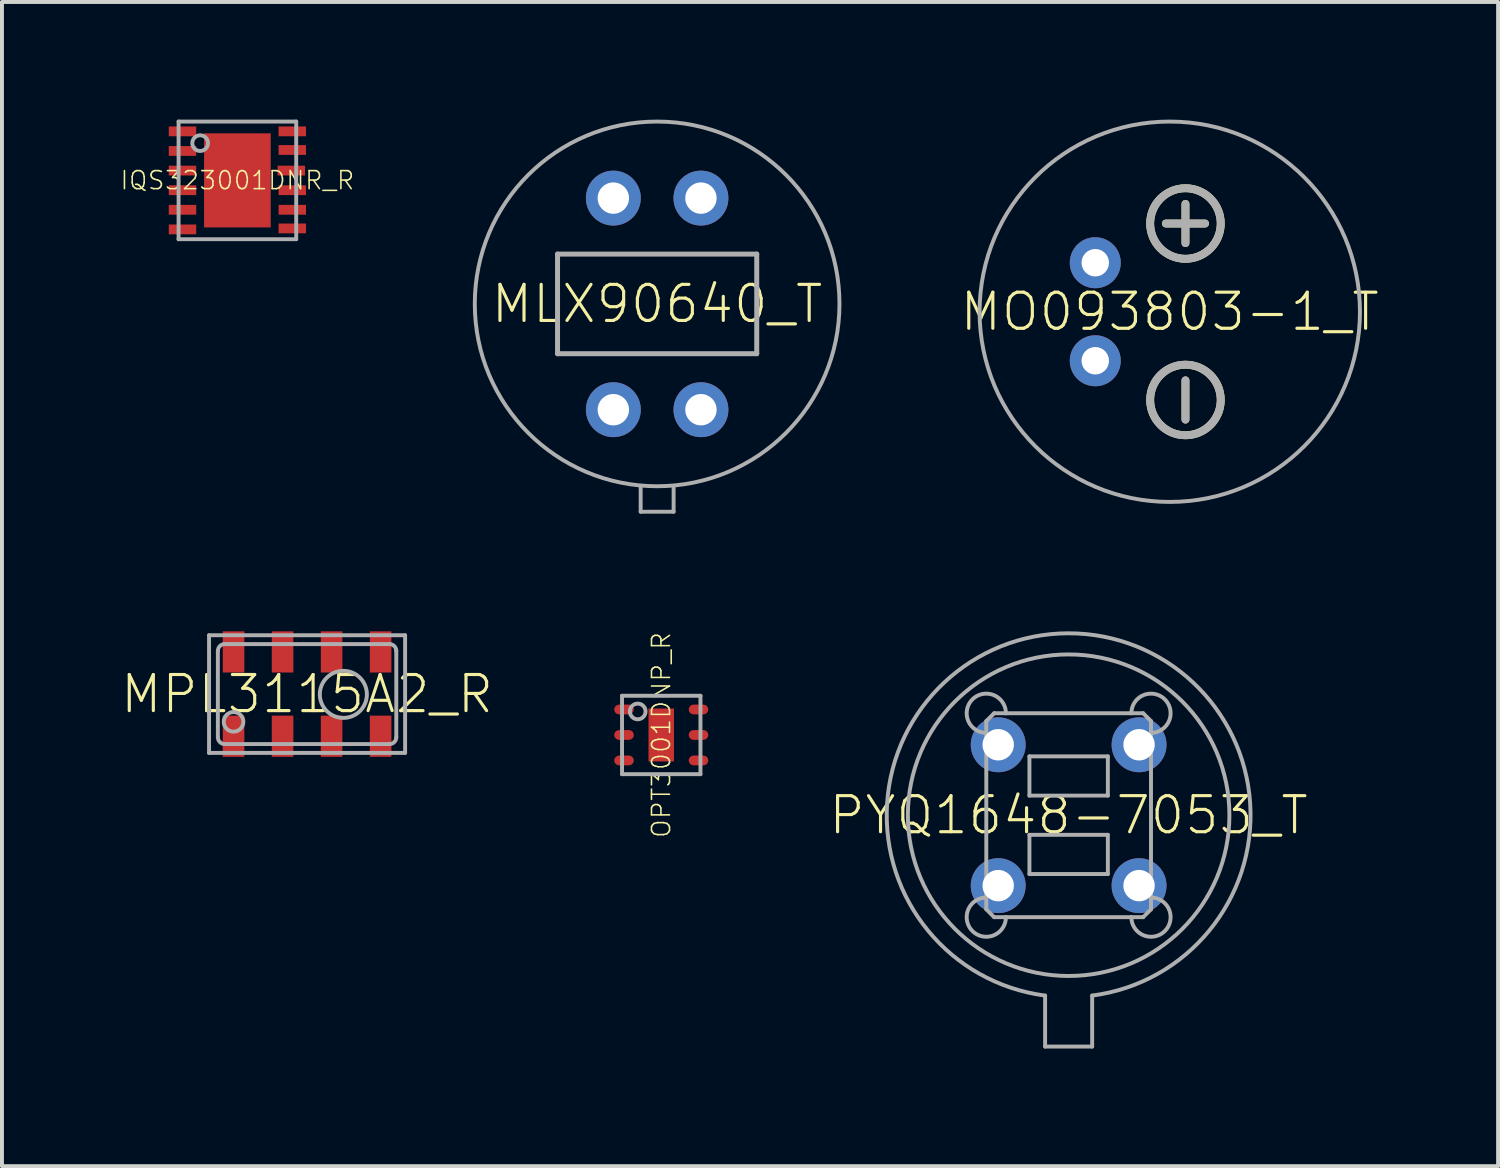
<source format=kicad_pcb>
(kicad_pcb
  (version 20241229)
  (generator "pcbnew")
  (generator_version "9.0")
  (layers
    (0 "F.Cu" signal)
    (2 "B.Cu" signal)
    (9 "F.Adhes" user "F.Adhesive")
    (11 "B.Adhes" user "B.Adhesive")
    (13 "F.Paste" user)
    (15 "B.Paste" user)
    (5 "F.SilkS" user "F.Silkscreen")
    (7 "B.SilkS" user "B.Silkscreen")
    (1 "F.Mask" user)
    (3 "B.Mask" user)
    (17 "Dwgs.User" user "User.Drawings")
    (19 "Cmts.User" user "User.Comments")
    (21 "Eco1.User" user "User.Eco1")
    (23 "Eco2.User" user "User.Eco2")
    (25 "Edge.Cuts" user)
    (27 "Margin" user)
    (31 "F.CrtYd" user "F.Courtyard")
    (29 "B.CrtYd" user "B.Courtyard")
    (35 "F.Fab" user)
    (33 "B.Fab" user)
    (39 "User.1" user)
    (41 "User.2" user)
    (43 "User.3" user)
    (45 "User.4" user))
  (footprint "MO093803-1_T"
    (layer "F.Cu")
    (at 26.781 4.9)
    (property "Reference" "MO093803-1_T" (at 0 0 0) (unlocked yes) (layer "F.SilkS") (effects (font (size 0.92 0.92) (thickness 0.08))))
    (fp_line (start -0.1 -2.25) (end 0.9 -2.25) (stroke (width 0.2) (type solid)) (layer "F.SilkS"))
    (fp_line (start 0.4 -1.75) (end 0.4 -2.75) (stroke (width 0.2) (type solid)) (layer "F.SilkS"))
    (fp_line (start 0.4 2.75) (end 0.4 1.75) (stroke (width 0.2) (type solid)) (layer "F.SilkS"))
    (fp_circle (center 0.4 -2.25) (end 1.3 -2.25) (stroke (width 0.2) (type solid)) (fill no) (layer "F.SilkS"))
    (fp_circle (center 0.4 2.25) (end 1.3 2.25) (stroke (width 0.2) (type solid)) (fill no) (layer "F.SilkS"))
    (fp_line (start -0.1 -2.25) (end 0.9 -2.25) (stroke (width 0.2) (type solid)) (layer "F.Fab"))
    (fp_line (start 0.4 -1.75) (end 0.4 -2.75) (stroke (width 0.2) (type solid)) (layer "F.Fab"))
    (fp_line (start 0.4 2.75) (end 0.4 1.75) (stroke (width 0.2) (type solid)) (layer "F.Fab"))
    (fp_circle (center 0 0) (end 4.85 0) (stroke (width 0.1) (type solid)) (fill no) (layer "F.Fab"))
    (fp_circle (center 0.4 -2.25) (end 1.3 -2.25) (stroke (width 0.2) (type solid)) (fill no) (layer "F.Fab"))
    (fp_circle (center 0.4 2.25) (end 1.3 2.25) (stroke (width 0.2) (type solid)) (fill no) (layer "F.Fab"))
    (pad "M" thru_hole circle (at -1.9 1.25) (size 1.3 1.3) (drill 0.7) (layers "*.Cu" "*.Mask"))
    (pad "P" thru_hole circle (at -1.9 -1.25) (size 1.3 1.3) (drill 0.7) (layers "*.Cu" "*.Mask")))
  (footprint "IQS323001DNR_R"
    (layer "F.Cu")
    (at 3.004 1.55)
    (property "Reference" "IQS323001DNR_R" (at 0 0 0) (unlocked yes) (layer "F.SilkS") (effects (font (size 0.46 0.46) (thickness 0.04))))
    (fp_poly (pts (xy -1.8 -1.075) (xy -1 -1.075) (xy -1 -1.425) (xy -1.8 -1.425)) (stroke (width 0) (type default)) (fill yes) (layer "F.Mask"))
    (fp_poly (pts (xy -1.8 -0.575) (xy -1 -0.575) (xy -1 -0.925) (xy -1.8 -0.925)) (stroke (width 0) (type default)) (fill yes) (layer "F.Mask"))
    (fp_poly (pts (xy -1.8 -0.075) (xy -1 -0.075) (xy -1 -0.425) (xy -1.8 -0.425)) (stroke (width 0) (type default)) (fill yes) (layer "F.Mask"))
    (fp_poly (pts (xy -1.8 0.425) (xy -1 0.425) (xy -1 0.075) (xy -1.8 0.075)) (stroke (width 0) (type default)) (fill yes) (layer "F.Mask"))
    (fp_poly (pts (xy -1.8 0.925) (xy -1 0.925) (xy -1 0.575) (xy -1.8 0.575)) (stroke (width 0) (type default)) (fill yes) (layer "F.Mask"))
    (fp_poly (pts (xy -1.8 1.425) (xy -1 1.425) (xy -1 1.075) (xy -1.8 1.075)) (stroke (width 0) (type default)) (fill yes) (layer "F.Mask"))
    (fp_poly (pts (xy -0.9 1.25) (xy 0.9 1.25) (xy 0.9 -1.25) (xy -0.9 -1.25)) (stroke (width 0) (type default)) (fill yes) (layer "F.Mask"))
    (fp_poly (pts (xy 0.975 -0.075) (xy 1.775 -0.075) (xy 1.775 -0.425) (xy 0.975 -0.425)) (stroke (width 0) (type default)) (fill yes) (layer "F.Mask"))
    (fp_poly (pts (xy 1 -1.075) (xy 1.8 -1.075) (xy 1.8 -1.425) (xy 1 -1.425)) (stroke (width 0) (type default)) (fill yes) (layer "F.Mask"))
    (fp_poly (pts (xy 1 -0.6) (xy 1.8 -0.6) (xy 1.8 -0.95) (xy 1 -0.95)) (stroke (width 0) (type default)) (fill yes) (layer "F.Mask"))
    (fp_poly (pts (xy 1 0.425) (xy 1.8 0.425) (xy 1.8 0.075) (xy 1 0.075)) (stroke (width 0) (type default)) (fill yes) (layer "F.Mask"))
    (fp_poly (pts (xy 1 0.925) (xy 1.8 0.925) (xy 1.8 0.575) (xy 1 0.575)) (stroke (width 0) (type default)) (fill yes) (layer "F.Mask"))
    (fp_poly (pts (xy 1 1.4) (xy 1.8 1.4) (xy 1.8 1.05) (xy 1 1.05)) (stroke (width 0) (type default)) (fill yes) (layer "F.Mask"))
    (fp_poly (pts (xy -1.05 -1.125) (xy -1.75 -1.125) (xy -1.75 -1.375) (xy -1.05 -1.375)) (stroke (width 0) (type default)) (fill yes) (layer "F.Paste"))
    (fp_poly (pts (xy -1.05 -0.625) (xy -1.75 -0.625) (xy -1.75 -0.875) (xy -1.05 -0.875)) (stroke (width 0) (type default)) (fill yes) (layer "F.Paste"))
    (fp_poly (pts (xy -1.05 -0.125) (xy -1.75 -0.125) (xy -1.75 -0.375) (xy -1.05 -0.375)) (stroke (width 0) (type default)) (fill yes) (layer "F.Paste"))
    (fp_poly (pts (xy -1.05 0.375) (xy -1.75 0.375) (xy -1.75 0.125) (xy -1.05 0.125)) (stroke (width 0) (type default)) (fill yes) (layer "F.Paste"))
    (fp_poly (pts (xy -1.05 0.875) (xy -1.75 0.875) (xy -1.75 0.625) (xy -1.05 0.625)) (stroke (width 0) (type default)) (fill yes) (layer "F.Paste"))
    (fp_poly (pts (xy -1.05 1.375) (xy -1.75 1.375) (xy -1.75 1.125) (xy -1.05 1.125)) (stroke (width 0) (type default)) (fill yes) (layer "F.Paste"))
    (fp_poly (pts (xy 0.65 -0.075) (xy -0.65 -0.075) (xy -0.65 -1.025) (xy 0.65 -1.025)) (stroke (width 0) (type default)) (fill yes) (layer "F.Paste"))
    (fp_poly (pts (xy 0.65 1.075) (xy -0.65 1.075) (xy -0.65 0.125) (xy 0.65 0.125)) (stroke (width 0) (type default)) (fill yes) (layer "F.Paste"))
    (fp_poly (pts (xy 1.725 -0.125) (xy 1.025 -0.125) (xy 1.025 -0.375) (xy 1.725 -0.375)) (stroke (width 0) (type default)) (fill yes) (layer "F.Paste"))
    (fp_poly (pts (xy 1.75 -1.125) (xy 1.05 -1.125) (xy 1.05 -1.375) (xy 1.75 -1.375)) (stroke (width 0) (type default)) (fill yes) (layer "F.Paste"))
    (fp_poly (pts (xy 1.75 -0.65) (xy 1.05 -0.65) (xy 1.05 -0.9) (xy 1.75 -0.9)) (stroke (width 0) (type default)) (fill yes) (layer "F.Paste"))
    (fp_poly (pts (xy 1.75 0.375) (xy 1.05 0.375) (xy 1.05 0.125) (xy 1.75 0.125)) (stroke (width 0) (type default)) (fill yes) (layer "F.Paste"))
    (fp_poly (pts (xy 1.75 0.875) (xy 1.05 0.875) (xy 1.05 0.625) (xy 1.75 0.625)) (stroke (width 0) (type default)) (fill yes) (layer "F.Paste"))
    (fp_poly (pts (xy 1.75 1.35) (xy 1.05 1.35) (xy 1.05 1.1) (xy 1.75 1.1)) (stroke (width 0) (type default)) (fill yes) (layer "F.Paste"))
    (fp_line (start -1.5 -1.5) (end 1.5 -1.5) (stroke (width 0.1) (type solid)) (layer "F.Fab"))
    (fp_line (start -1.5 1.5) (end -1.5 -1.5) (stroke (width 0.1) (type solid)) (layer "F.Fab"))
    (fp_line (start 1.5 -1.5) (end 1.5 1.5) (stroke (width 0.1) (type solid)) (layer "F.Fab"))
    (fp_line (start 1.5 1.5) (end -1.5 1.5) (stroke (width 0.1) (type solid)) (layer "F.Fab"))
    (fp_circle (center -0.95 -0.95) (end -0.75 -0.95) (stroke (width 0.1) (type solid)) (fill no) (layer "F.Fab"))
    (pad "0" smd rect (at 0 0) (size 1.7 2.4) (layers "F.Cu"))
    (pad "1" smd rect (at -1.4 -1.25) (size 0.7 0.25) (layers "F.Cu"))
    (pad "2" smd rect (at -1.4 -0.75) (size 0.7 0.25) (layers "F.Cu"))
    (pad "3" smd rect (at -1.4 -0.25) (size 0.7 0.25) (layers "F.Cu"))
    (pad "4" smd rect (at -1.4 0.25) (size 0.7 0.25) (layers "F.Cu"))
    (pad "5" smd rect (at -1.4 0.75) (size 0.7 0.25) (layers "F.Cu"))
    (pad "6" smd rect (at -1.4 1.25) (size 0.7 0.25) (layers "F.Cu"))
    (pad "7" smd rect (at 1.4 1.225) (size 0.7 0.25) (layers "F.Cu"))
    (pad "8" smd rect (at 1.4 0.75) (size 0.7 0.25) (layers "F.Cu"))
    (pad "9" smd rect (at 1.4 0.25) (size 0.7 0.25) (layers "F.Cu"))
    (pad "10" smd rect (at 1.375 -0.25) (size 0.7 0.25) (layers "F.Cu"))
    (pad "11" smd rect (at 1.4 -0.775) (size 0.7 0.25) (layers "F.Cu"))
    (pad "12" smd rect (at 1.4 -1.25) (size 0.7 0.25) (layers "F.Cu")))
  (footprint "MPL3115A2_R"
    (layer "F.Cu")
    (at 4.781 14.65)
    (property "Reference" "MPL3115A2_R" (at 0 0 0) (unlocked yes) (layer "F.SilkS") (effects (font (size 0.92 0.92) (thickness 0.08))))
    (fp_poly (pts (xy -1.6 -0.55) (xy -2.15 -0.55) (xy -2.15 -1.6) (xy -1.6 -1.6)) (stroke (width 0) (type default)) (fill yes) (layer "F.Paste"))
    (fp_poly (pts (xy -1.6 1.6) (xy -2.15 1.6) (xy -2.15 0.55) (xy -1.6 0.55)) (stroke (width 0) (type default)) (fill yes) (layer "F.Paste"))
    (fp_poly (pts (xy -0.35 -0.55) (xy -0.9 -0.55) (xy -0.9 -1.6) (xy -0.35 -1.6)) (stroke (width 0) (type default)) (fill yes) (layer "F.Paste"))
    (fp_poly (pts (xy -0.35 1.6) (xy -0.9 1.6) (xy -0.9 0.55) (xy -0.35 0.55)) (stroke (width 0) (type default)) (fill yes) (layer "F.Paste"))
    (fp_poly (pts (xy 0.9 -0.55) (xy 0.35 -0.55) (xy 0.35 -1.6) (xy 0.9 -1.6)) (stroke (width 0) (type default)) (fill yes) (layer "F.Paste"))
    (fp_poly (pts (xy 0.9 1.6) (xy 0.35 1.6) (xy 0.35 0.55) (xy 0.9 0.55)) (stroke (width 0) (type default)) (fill yes) (layer "F.Paste"))
    (fp_poly (pts (xy 2.15 -0.55) (xy 1.6 -0.55) (xy 1.6 -1.6) (xy 2.15 -1.6)) (stroke (width 0) (type default)) (fill yes) (layer "F.Paste"))
    (fp_poly (pts (xy 2.15 1.6) (xy 1.6 1.6) (xy 1.6 0.55) (xy 2.15 0.55)) (stroke (width 0) (type default)) (fill yes) (layer "F.Paste"))
    (fp_line (start -2.5 -1.5) (end -2.5 1.5) (stroke (width 0.1) (type solid)) (layer "F.Fab"))
    (fp_line (start -2.5 1.5) (end 2.5 1.5) (stroke (width 0.1) (type solid)) (layer "F.Fab"))
    (fp_line (start -2.275 -1.1) (end -2.275 1.1) (stroke (width 0.1) (type solid)) (layer "F.Fab"))
    (fp_line (start -2.1 -1.275) (end 2.1 -1.275) (stroke (width 0.1) (type solid)) (layer "F.Fab"))
    (fp_line (start 2.1 1.275) (end -2.1 1.275) (stroke (width 0.1) (type solid)) (layer "F.Fab"))
    (fp_line (start 2.275 -1.1) (end 2.275 1.1) (stroke (width 0.1) (type solid)) (layer "F.Fab"))
    (fp_line (start 2.5 -1.5) (end -2.5 -1.5) (stroke (width 0.1) (type solid)) (layer "F.Fab"))
    (fp_line (start 2.5 1.5) (end 2.5 -1.5) (stroke (width 0.1) (type solid)) (layer "F.Fab"))
    (fp_arc (start -2.275 -1.1) (mid -2.223744 -1.223744) (end -2.1 -1.275) (stroke (width 0.1) (type solid)) (layer "F.Fab"))
    (fp_arc (start -2.1 1.275) (mid -2.223744 1.223744) (end -2.275 1.1) (stroke (width 0.1) (type solid)) (layer "F.Fab"))
    (fp_arc (start 2.1 -1.275) (mid 2.223744 -1.223744) (end 2.275 -1.1) (stroke (width 0.1) (type solid)) (layer "F.Fab"))
    (fp_arc (start 2.275 1.1) (mid 2.223744 1.223744) (end 2.1 1.275) (stroke (width 0.1) (type solid)) (layer "F.Fab"))
    (fp_circle (center -1.875 0.708) (end -1.625 0.708) (stroke (width 0.1) (type solid)) (fill no) (layer "F.Fab"))
    (fp_circle (center 0.925 0.008) (end 1.525 0.008) (stroke (width 0.1) (type solid)) (fill no) (layer "F.Fab"))
    (pad "1" smd rect (at -1.875 1.075 90) (size 1.05 0.55) (layers "F.Cu" "F.Mask"))
    (pad "2" smd rect (at -0.625 1.075 90) (size 1.05 0.55) (layers "F.Cu" "F.Mask"))
    (pad "3" smd rect (at 0.625 1.075 90) (size 1.05 0.55) (layers "F.Cu" "F.Mask"))
    (pad "4" smd rect (at 1.875 1.075 90) (size 1.05 0.55) (layers "F.Cu" "F.Mask"))
    (pad "5" smd rect (at 1.875 -1.075 90) (size 1.05 0.55) (layers "F.Cu" "F.Mask"))
    (pad "6" smd rect (at 0.625 -1.075 90) (size 1.05 0.55) (layers "F.Cu" "F.Mask"))
    (pad "7" smd rect (at -0.625 -1.075 90) (size 1.05 0.55) (layers "F.Cu" "F.Mask"))
    (pad "8" smd rect (at -1.875 -1.075 90) (size 1.05 0.55) (layers "F.Cu" "F.Mask")))
  (footprint "OPT3001DNP_R"
    (layer "F.Cu")
    (at 13.813 15.693)
    (property "Reference" "OPT3001DNP_R" (at 0 0 90) (unlocked yes) (layer "F.SilkS") (effects (font (size 0.46 0.46) (thickness 0.04))))
    (fp_circle (center -1.075 -0.65) (end -0.988 -0.65) (stroke (width 0.175) (type solid)) (fill yes) (layer "F.Mask"))
    (fp_circle (center -1.075 0) (end -0.988 0) (stroke (width 0.175) (type solid)) (fill yes) (layer "F.Mask"))
    (fp_circle (center -1.075 0.65) (end -0.988 0.65) (stroke (width 0.175) (type solid)) (fill yes) (layer "F.Mask"))
    (fp_circle (center -0.825 -0.65) (end -0.738 -0.65) (stroke (width 0.175) (type solid)) (fill yes) (layer "F.Mask"))
    (fp_circle (center -0.825 0) (end -0.738 0) (stroke (width 0.175) (type solid)) (fill yes) (layer "F.Mask"))
    (fp_circle (center -0.825 0.65) (end -0.738 0.65) (stroke (width 0.175) (type solid)) (fill yes) (layer "F.Mask"))
    (fp_circle (center 0.825 -0.65) (end 0.912 -0.65) (stroke (width 0.175) (type solid)) (fill yes) (layer "F.Mask"))
    (fp_circle (center 0.825 0) (end 0.912 0) (stroke (width 0.175) (type solid)) (fill yes) (layer "F.Mask"))
    (fp_circle (center 0.825 0.65) (end 0.912 0.65) (stroke (width 0.175) (type solid)) (fill yes) (layer "F.Mask"))
    (fp_circle (center 1.075 -0.65) (end 1.163 -0.65) (stroke (width 0.175) (type solid)) (fill yes) (layer "F.Mask"))
    (fp_circle (center 1.075 0) (end 1.163 0) (stroke (width 0.175) (type solid)) (fill yes) (layer "F.Mask"))
    (fp_circle (center 1.075 0.65) (end 1.163 0.65) (stroke (width 0.175) (type solid)) (fill yes) (layer "F.Mask"))
    (fp_poly (pts (xy -1.075 -0.825) (xy -1.075 -0.475) (xy -0.825 -0.475) (xy -0.825 -0.825)) (stroke (width 0) (type default)) (fill yes) (layer "F.Mask"))
    (fp_poly (pts (xy -1.075 -0.175) (xy -1.075 0.175) (xy -0.825 0.175) (xy -0.825 -0.175)) (stroke (width 0) (type default)) (fill yes) (layer "F.Mask"))
    (fp_poly (pts (xy -1.075 0.475) (xy -1.075 0.825) (xy -0.825 0.825) (xy -0.825 0.475)) (stroke (width 0) (type default)) (fill yes) (layer "F.Mask"))
    (fp_poly (pts (xy 0.825 -0.825) (xy 0.825 -0.475) (xy 1.075 -0.475) (xy 1.075 -0.825)) (stroke (width 0) (type default)) (fill yes) (layer "F.Mask"))
    (fp_poly (pts (xy 0.825 -0.175) (xy 0.825 0.175) (xy 1.075 0.175) (xy 1.075 -0.175)) (stroke (width 0) (type default)) (fill yes) (layer "F.Mask"))
    (fp_poly (pts (xy 0.825 0.475) (xy 0.825 0.825) (xy 1.075 0.825) (xy 1.075 0.475)) (stroke (width 0) (type default)) (fill yes) (layer "F.Mask"))
    (fp_poly (pts (xy 0.31 0.625) (xy -0.31 0.625) (xy -0.31 -0.625) (xy 0.31 -0.625)) (stroke (width 0) (type default)) (fill yes) (layer "F.Paste"))
    (fp_line (start -1 -1) (end -1 1) (stroke (width 0.1) (type solid)) (layer "F.Fab"))
    (fp_line (start -1 1) (end 1 1) (stroke (width 0.1) (type solid)) (layer "F.Fab"))
    (fp_line (start 1 -1) (end -1 -1) (stroke (width 0.1) (type solid)) (layer "F.Fab"))
    (fp_line (start 1 1) (end 1 -1) (stroke (width 0.1) (type solid)) (layer "F.Fab"))
    (fp_circle (center -0.6 -0.6) (end -0.4 -0.6) (stroke (width 0.1) (type solid)) (fill no) (layer "F.Fab"))
    (pad "0" smd rect (at 0 0) (size 0.65 1.35) (layers "F.Cu" "F.Mask"))
    (pad "1" smd roundrect (at -0.95 -0.65) (size 0.5 0.25) (layers "F.Cu" "F.Paste") (roundrect_rratio 0.5))
    (pad "2" smd roundrect (at -0.95 0) (size 0.5 0.25) (layers "F.Cu" "F.Paste") (roundrect_rratio 0.5))
    (pad "3" smd roundrect (at -0.95 0.65) (size 0.5 0.25) (layers "F.Cu" "F.Paste") (roundrect_rratio 0.5))
    (pad "4" smd roundrect (at 0.95 0.65) (size 0.5 0.25) (layers "F.Cu" "F.Paste") (roundrect_rratio 0.5))
    (pad "5" smd roundrect (at 0.95 0) (size 0.5 0.25) (layers "F.Cu" "F.Paste") (roundrect_rratio 0.5))
    (pad "6" smd roundrect (at 0.95 -0.65) (size 0.5 0.25) (layers "F.Cu" "F.Paste") (roundrect_rratio 0.5)))
  (footprint "MLX90640_T"
    (layer "F.Cu")
    (at 13.708 4.7)
    (property "Reference" "MLX90640_T" (at 0 0 0) (unlocked yes) (layer "F.SilkS") (effects (font (size 0.92 0.92) (thickness 0.08))))
    (fp_line (start -2.54 -1.27) (end -2.54 1.27) (stroke (width 0.127) (type solid)) (layer "F.Fab"))
    (fp_line (start -2.54 1.27) (end 2.54 1.27) (stroke (width 0.127) (type solid)) (layer "F.Fab"))
    (fp_line (start -0.42 4.64) (end -0.42 5.3) (stroke (width 0.1) (type solid)) (layer "F.Fab"))
    (fp_line (start -0.42 5.3) (end 0.42 5.3) (stroke (width 0.1) (type solid)) (layer "F.Fab"))
    (fp_line (start 0.42 5.3) (end 0.42 4.64) (stroke (width 0.1) (type solid)) (layer "F.Fab"))
    (fp_line (start 2.54 -1.27) (end -2.54 -1.27) (stroke (width 0.127) (type solid)) (layer "F.Fab"))
    (fp_line (start 2.54 1.27) (end 2.54 -1.27) (stroke (width 0.127) (type solid)) (layer "F.Fab"))
    (fp_circle (center 0 0) (end 4.65 0) (stroke (width 0.1) (type solid)) (fill no) (layer "F.Fab"))
    (pad "GND" thru_hole circle (at -1.117 -2.698 112.5) (size 1.4 1.4) (drill 0.8) (layers "*.Cu" "*.Mask"))
    (pad "SCL" thru_hole circle (at -1.117 2.698 67.5) (size 1.4 1.4) (drill 0.8) (layers "*.Cu" "*.Mask"))
    (pad "SDA" thru_hole circle (at 1.117 2.698 112.5) (size 1.4 1.4) (drill 0.8) (layers "*.Cu" "*.Mask"))
    (pad "VDD" thru_hole circle (at 1.117 -2.698 67.5) (size 1.4 1.4) (drill 0.8) (layers "*.Cu" "*.Mask")))
  (footprint "PYQ1648-7053_T"
    (layer "F.Cu")
    (at 24.202 17.739)
    (property "Reference" "PYQ1648-7053_T" (at 0 0 0) (unlocked yes) (layer "F.SilkS") (effects (font (size 0.92 0.92) (thickness 0.08))))
    (fp_line (start -2.1 -2.4) (end -1.9 -2.6) (stroke (width 0.1) (type solid)) (layer "F.Fab"))
    (fp_line (start -2.1 -2.1) (end -2.1 -2.4) (stroke (width 0.1) (type solid)) (layer "F.Fab"))
    (fp_line (start -2.1 2.1) (end -2.1 -2.1) (stroke (width 0.1) (type solid)) (layer "F.Fab"))
    (fp_line (start -2.1 2.1) (end -2.1 2.4) (stroke (width 0.1) (type solid)) (layer "F.Fab"))
    (fp_line (start -2.1 2.4) (end -1.9 2.6) (stroke (width 0.1) (type solid)) (layer "F.Fab"))
    (fp_line (start -1.9 -2.6) (end -1.6 -2.6) (stroke (width 0.1) (type solid)) (layer "F.Fab"))
    (fp_line (start -1.9 2.6) (end -1.6 2.6) (stroke (width 0.1) (type solid)) (layer "F.Fab"))
    (fp_line (start -1.6 -2.6) (end 1.6 -2.6) (stroke (width 0.1) (type solid)) (layer "F.Fab"))
    (fp_line (start -1 -1.5) (end 1 -1.5) (stroke (width 0.1) (type solid)) (layer "F.Fab"))
    (fp_line (start -1 -0.5) (end -1 -1.5) (stroke (width 0.1) (type solid)) (layer "F.Fab"))
    (fp_line (start -1 0.5) (end 1 0.5) (stroke (width 0.1) (type solid)) (layer "F.Fab"))
    (fp_line (start -1 1.5) (end -1 0.5) (stroke (width 0.1) (type solid)) (layer "F.Fab"))
    (fp_line (start -0.6 4.6) (end -0.6 5.9) (stroke (width 0.1) (type solid)) (layer "F.Fab"))
    (fp_line (start -0.6 5.9) (end 0.6 5.9) (stroke (width 0.1) (type solid)) (layer "F.Fab"))
    (fp_line (start 0.6 5.9) (end 0.6 4.6) (stroke (width 0.1) (type solid)) (layer "F.Fab"))
    (fp_line (start 1 -1.5) (end 1 -0.5) (stroke (width 0.1) (type solid)) (layer "F.Fab"))
    (fp_line (start 1 -0.5) (end -1 -0.5) (stroke (width 0.1) (type solid)) (layer "F.Fab"))
    (fp_line (start 1 0.5) (end 1 1.5) (stroke (width 0.1) (type solid)) (layer "F.Fab"))
    (fp_line (start 1 1.5) (end -1 1.5) (stroke (width 0.1) (type solid)) (layer "F.Fab"))
    (fp_line (start 1.6 -2.6) (end 1.9 -2.6) (stroke (width 0.1) (type solid)) (layer "F.Fab"))
    (fp_line (start 1.6 2.6) (end -1.6 2.6) (stroke (width 0.1) (type solid)) (layer "F.Fab"))
    (fp_line (start 1.6 2.6) (end 1.9 2.6) (stroke (width 0.1) (type solid)) (layer "F.Fab"))
    (fp_line (start 1.9 -2.6) (end 2.1 -2.4) (stroke (width 0.1) (type solid)) (layer "F.Fab"))
    (fp_line (start 1.9 2.6) (end 2.1 2.4) (stroke (width 0.1) (type solid)) (layer "F.Fab"))
    (fp_line (start 2.1 -2.4) (end 2.1 -2.1) (stroke (width 0.1) (type solid)) (layer "F.Fab"))
    (fp_line (start 2.1 -2.1) (end 2.1 2.1) (stroke (width 0.1) (type solid)) (layer "F.Fab"))
    (fp_line (start 2.1 2.4) (end 2.1 2.1) (stroke (width 0.1) (type solid)) (layer "F.Fab"))
    (fp_arc (start -2.1 -2.1) (mid -2.453553 -2.953553) (end -1.6 -2.6) (stroke (width 0.1) (type solid)) (layer "F.Fab"))
    (fp_arc (start -1.6 2.6) (mid -2.453553 2.953553) (end -2.1 2.1) (stroke (width 0.1) (type solid)) (layer "F.Fab"))
    (fp_arc (start -0.6 4.6) (mid 0 -4.638965) (end 0.6 4.6) (stroke (width 0.1) (type solid)) (layer "F.Fab"))
    (fp_arc (start 1.6 -2.6) (mid 2.453553 -2.953553) (end 2.1 -2.1) (stroke (width 0.1) (type solid)) (layer "F.Fab"))
    (fp_arc (start 2.1 2.1) (mid 2.453553 2.953553) (end 1.6 2.6) (stroke (width 0.1) (type solid)) (layer "F.Fab"))
    (fp_circle (center 0 0) (end 4.1 0) (stroke (width 0.1) (type solid)) (fill no) (layer "F.Fab"))
    (pad "1" thru_hole circle (at -1.796 -1.796) (size 1.4 1.4) (drill 0.8) (layers "*.Cu" "*.Mask"))
    (pad "2" thru_hole circle (at -1.796 1.796) (size 1.4 1.4) (drill 0.8) (layers "*.Cu" "*.Mask"))
    (pad "3" thru_hole circle (at 1.796 1.796) (size 1.4 1.4) (drill 0.8) (layers "*.Cu" "*.Mask"))
    (pad "4" thru_hole circle (at 1.796 -1.796) (size 1.4 1.4) (drill 0.8) (layers "*.Cu" "*.Mask")))
  (gr_rect
    (start -3 -3)
    (end 35.154 26.689)
    (stroke (width 0.1) (type default))
    (fill no)
    (layer "Edge.Cuts")))
</source>
